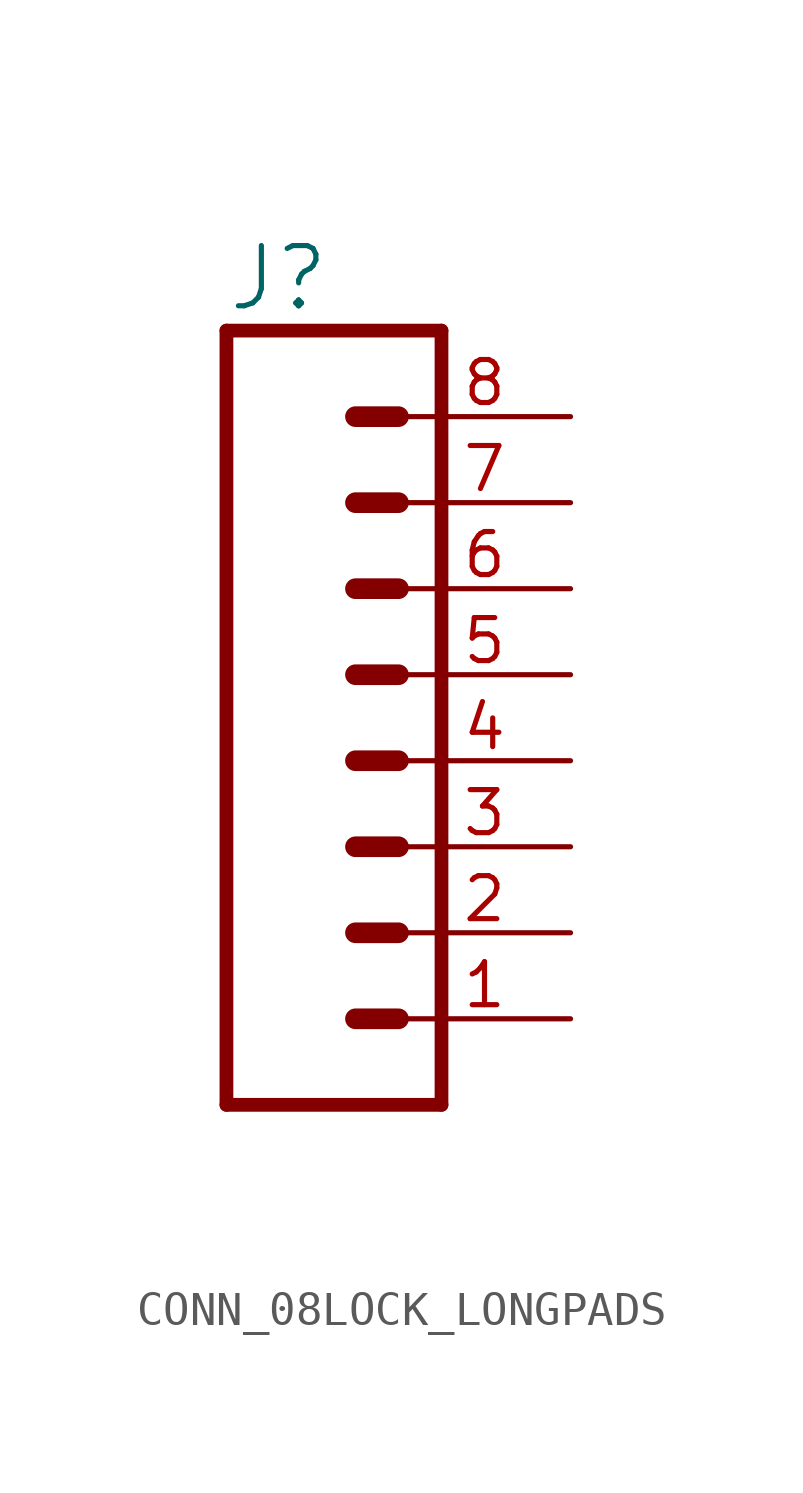
<source format=kicad_sym>
(kicad_symbol_lib
  (version 20220914)
  (generator kicad_symbol_editor)
  (symbol "CONN_08LOCK_LONGPADS"
    (property "Reference" "J"
      (at -5.08 13.208 0)
      (effects (font (size 1.778 1.778)) (justify left bottom)))
    (property "Value" ""
      (at -5.08 -12.446 0)
      (effects (font (size 1.778 1.778)) (justify left bottom)))
    (property "ki_locked" ""
      (at 0 0 0)
      (effects (font (size 1.27 1.27))))
    (symbol "CONN_08LOCK_LONGPADS_1_0"
      (polyline (pts (xy -5.08 12.7) (xy -5.08 -10.16)) (stroke (width 0.406) (type solid)) (fill (type none)))
      (polyline (pts (xy -5.08 12.7) (xy 1.27 12.7)) (stroke (width 0.406) (type solid)) (fill (type none)))
      (polyline (pts (xy -1.27 -7.62) (xy 0 -7.62)) (stroke (width 0.61) (type solid)) (fill (type none)))
      (polyline (pts (xy -1.27 -5.08) (xy 0 -5.08)) (stroke (width 0.61) (type solid)) (fill (type none)))
      (polyline (pts (xy -1.27 -2.54) (xy 0 -2.54)) (stroke (width 0.61) (type solid)) (fill (type none)))
      (polyline (pts (xy -1.27 0) (xy 0 0)) (stroke (width 0.61) (type solid)) (fill (type none)))
      (polyline (pts (xy -1.27 2.54) (xy 0 2.54)) (stroke (width 0.61) (type solid)) (fill (type none)))
      (polyline (pts (xy -1.27 5.08) (xy 0 5.08)) (stroke (width 0.61) (type solid)) (fill (type none)))
      (polyline (pts (xy -1.27 7.62) (xy 0 7.62)) (stroke (width 0.61) (type solid)) (fill (type none)))
      (polyline (pts (xy -1.27 10.16) (xy 0 10.16)) (stroke (width 0.61) (type solid)) (fill (type none)))
      (polyline (pts (xy 1.27 -10.16) (xy -5.08 -10.16)) (stroke (width 0.406) (type solid)) (fill (type none)))
      (polyline (pts (xy 1.27 -10.16) (xy 1.27 12.7)) (stroke (width 0.406) (type solid)) (fill (type none)))
      (pin passive line (at 5.08 -7.62 180) (length 5.08) (name "1" (effects (font (size 0 0)))) (number "1" (effects (font (size 1.27 1.27)))))
      (pin passive line (at 5.08 -5.08 180) (length 5.08) (name "2" (effects (font (size 0 0)))) (number "2" (effects (font (size 1.27 1.27)))))
      (pin passive line (at 5.08 -2.54 180) (length 5.08) (name "3" (effects (font (size 0 0)))) (number "3" (effects (font (size 1.27 1.27)))))
      (pin passive line (at 5.08 0 180) (length 5.08) (name "4" (effects (font (size 0 0)))) (number "4" (effects (font (size 1.27 1.27)))))
      (pin passive line (at 5.08 2.54 180) (length 5.08) (name "5" (effects (font (size 0 0)))) (number "5" (effects (font (size 1.27 1.27)))))
      (pin passive line (at 5.08 5.08 180) (length 5.08) (name "6" (effects (font (size 0 0)))) (number "6" (effects (font (size 1.27 1.27)))))
      (pin passive line (at 5.08 7.62 180) (length 5.08) (name "7" (effects (font (size 0 0)))) (number "7" (effects (font (size 1.27 1.27)))))
      (pin passive line (at 5.08 10.16 180) (length 5.08) (name "8" (effects (font (size 0 0)))) (number "8" (effects (font (size 1.27 1.27))))))))
</source>
